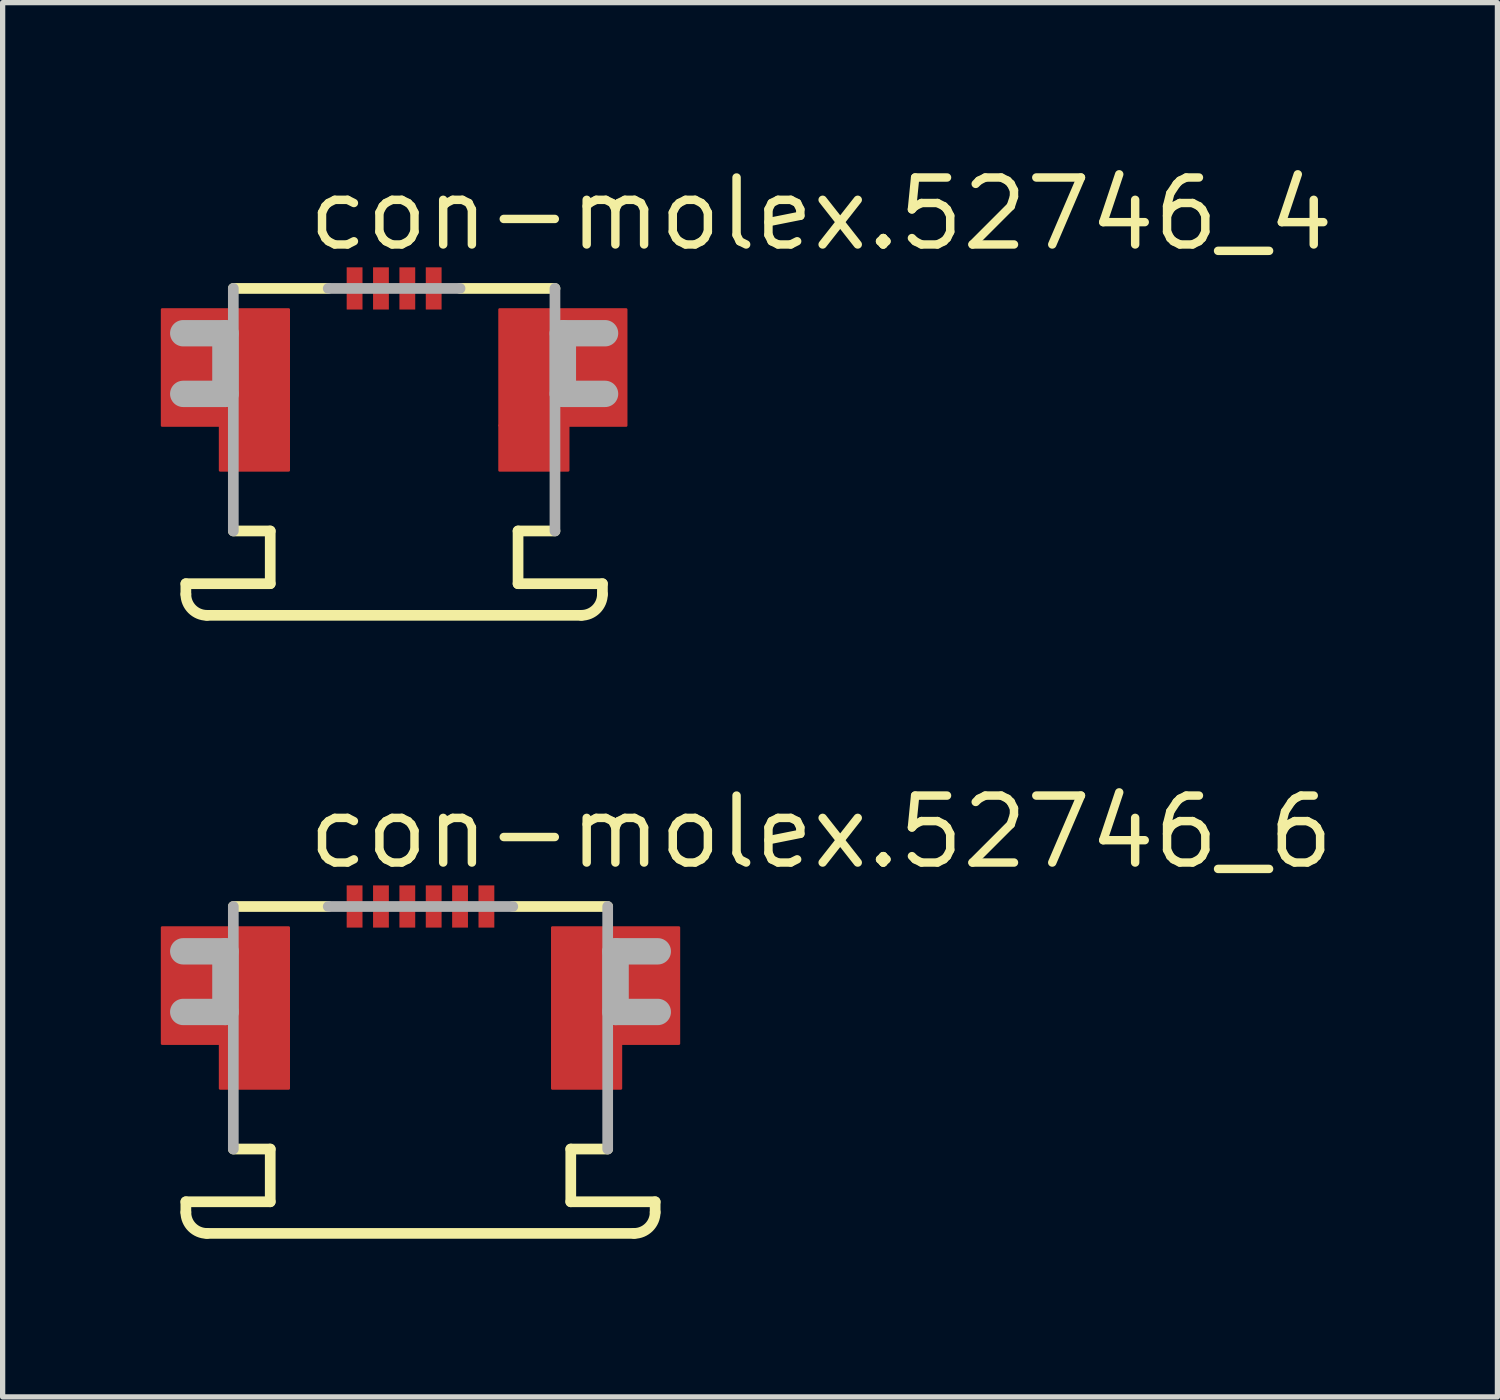
<source format=kicad_pcb>
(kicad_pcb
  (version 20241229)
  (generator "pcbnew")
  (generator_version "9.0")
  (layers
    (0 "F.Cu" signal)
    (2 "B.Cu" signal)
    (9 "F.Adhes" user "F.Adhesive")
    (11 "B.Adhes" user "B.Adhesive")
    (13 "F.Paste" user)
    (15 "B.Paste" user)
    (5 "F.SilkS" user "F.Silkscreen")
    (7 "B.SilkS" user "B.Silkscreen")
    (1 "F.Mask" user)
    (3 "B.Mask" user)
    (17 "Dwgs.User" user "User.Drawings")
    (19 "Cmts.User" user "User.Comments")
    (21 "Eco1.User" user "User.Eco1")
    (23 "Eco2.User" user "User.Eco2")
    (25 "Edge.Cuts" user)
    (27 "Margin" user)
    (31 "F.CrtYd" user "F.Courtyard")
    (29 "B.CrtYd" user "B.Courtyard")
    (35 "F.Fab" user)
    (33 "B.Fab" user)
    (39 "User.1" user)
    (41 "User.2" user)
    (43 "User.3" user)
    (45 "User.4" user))
  (footprint "con-molex.52746_6"
    (layer "F.Cu")
    (at 4.925 14.742)
    (property "Reference" "con-molex.52746_6" (at -2.215 -1.27 0) (layer "F.SilkS") (effects (font (size 1.27 1.27) (thickness 0.16)) (justify left bottom)))
    (attr smd)
    (fp_rect (start -4.9 2) (end -2.5 -0.2) (stroke (width 0.05) (type default)) (fill yes) (layer "F.Cu"))
    (fp_rect (start -3.8 2.85) (end -2.5 2) (stroke (width 0.05) (type default)) (fill yes) (layer "F.Cu"))
    (fp_rect (start 2.5 2) (end 4.9 -0.2) (stroke (width 0.05) (type default)) (fill yes) (layer "F.Cu"))
    (fp_rect (start 2.5 2.85) (end 3.8 2) (stroke (width 0.05) (type default)) (fill yes) (layer "F.Cu"))
    (fp_rect (start -4.9 2) (end -2.5 -0.2) (stroke (width 0.05) (type default)) (fill yes) (layer "F.Mask"))
    (fp_rect (start -3.8 2.85) (end -2.5 2) (stroke (width 0.05) (type default)) (fill yes) (layer "F.Mask"))
    (fp_rect (start -1.425 -0.175) (end -1.075 -1.025) (stroke (width 0.05) (type default)) (fill yes) (layer "F.Mask"))
    (fp_rect (start -0.925 -0.175) (end -0.575 -1.025) (stroke (width 0.05) (type default)) (fill yes) (layer "F.Mask"))
    (fp_rect (start -0.425 -0.175) (end -0.075 -1.025) (stroke (width 0.05) (type default)) (fill yes) (layer "F.Mask"))
    (fp_rect (start 0.075 -0.175) (end 0.425 -1.025) (stroke (width 0.05) (type default)) (fill yes) (layer "F.Mask"))
    (fp_rect (start 0.575 -0.175) (end 0.925 -1.025) (stroke (width 0.05) (type default)) (fill yes) (layer "F.Mask"))
    (fp_rect (start 1.075 -0.175) (end 1.425 -1.025) (stroke (width 0.05) (type default)) (fill yes) (layer "F.Mask"))
    (fp_rect (start 2.5 2) (end 4.9 -0.2) (stroke (width 0.05) (type default)) (fill yes) (layer "F.Mask"))
    (fp_rect (start 2.5 2.85) (end 3.8 2) (stroke (width 0.05) (type default)) (fill yes) (layer "F.Mask"))
    (fp_line (start -4.45 5) (end -2.85 5) (stroke (width 0.203) (type default)) (layer "F.SilkS"))
    (fp_line (start -4.45 5.2) (end -4.45 5) (stroke (width 0.203) (type default)) (layer "F.SilkS"))
    (fp_line (start -3.55 -0.6) (end -1.75 -0.6) (stroke (width 0.203) (type default)) (layer "F.SilkS"))
    (fp_line (start -2.85 4) (end -3.55 4) (stroke (width 0.203) (type default)) (layer "F.SilkS"))
    (fp_line (start -2.85 5) (end -2.85 4) (stroke (width 0.203) (type default)) (layer "F.SilkS"))
    (fp_line (start 1.75 -0.6) (end 3.55 -0.6) (stroke (width 0.203) (type default)) (layer "F.SilkS"))
    (fp_line (start 2.85 4) (end 2.85 5) (stroke (width 0.203) (type default)) (layer "F.SilkS"))
    (fp_line (start 2.85 5) (end 4.45 5) (stroke (width 0.203) (type default)) (layer "F.SilkS"))
    (fp_line (start 3.55 4) (end 2.85 4) (stroke (width 0.203) (type default)) (layer "F.SilkS"))
    (fp_line (start 4.05 5.6) (end -4.05 5.6) (stroke (width 0.203) (type default)) (layer "F.SilkS"))
    (fp_line (start 4.45 5) (end 4.45 5.2) (stroke (width 0.203) (type default)) (layer "F.SilkS"))
    (fp_arc (start -4.05 5.6) (mid -4.332843 5.482843) (end -4.45 5.2) (stroke (width 0.2032) (type default)) (layer "F.SilkS"))
    (fp_arc (start 4.45 5.2) (mid 4.332843 5.482843) (end 4.05 5.6) (stroke (width 0.2032) (type default)) (layer "F.SilkS"))
    (fp_rect (start -4.775 1.9) (end -2.6 -0.075) (stroke (width 0.05) (type default)) (fill yes) (layer "F.Paste"))
    (fp_rect (start -3.7 2.75) (end -2.6 1.9) (stroke (width 0.05) (type default)) (fill yes) (layer "F.Paste"))
    (fp_rect (start 2.6 1.9) (end 4.775 -0.075) (stroke (width 0.05) (type default)) (fill yes) (layer "F.Paste"))
    (fp_rect (start 2.6 2.75) (end 3.7 1.9) (stroke (width 0.05) (type default)) (fill yes) (layer "F.Paste"))
    (fp_line (start -4.5 0.25) (end -3.7 0.25) (stroke (width 0.5) (type default)) (layer "F.Fab"))
    (fp_line (start -3.7 0.25) (end -3.7 1.4) (stroke (width 0.5) (type default)) (layer "F.Fab"))
    (fp_line (start -3.7 1.4) (end -4.5 1.4) (stroke (width 0.5) (type default)) (layer "F.Fab"))
    (fp_line (start -3.55 4) (end -3.55 -0.6) (stroke (width 0.203) (type default)) (layer "F.Fab"))
    (fp_line (start -1.75 -0.6) (end 1.75 -0.6) (stroke (width 0.203) (type default)) (layer "F.Fab"))
    (fp_line (start 3.55 -0.6) (end 3.55 4) (stroke (width 0.203) (type default)) (layer "F.Fab"))
    (fp_line (start 3.7 0.25) (end 4.5 0.25) (stroke (width 0.5) (type default)) (layer "F.Fab"))
    (fp_line (start 3.7 1.4) (end 3.7 0.25) (stroke (width 0.5) (type default)) (layer "F.Fab"))
    (fp_line (start 4.5 1.4) (end 3.7 1.4) (stroke (width 0.5) (type default)) (layer "F.Fab"))
    (pad "1" smd roundrect (at -1.25 -0.6) (size 0.3 0.8) (layers "F.Cu" "F.Mask" "F.Paste") (roundrect_rratio 0.01))
    (pad "2" smd roundrect (at -0.75 -0.6) (size 0.3 0.8) (layers "F.Cu" "F.Mask" "F.Paste") (roundrect_rratio 0.01))
    (pad "3" smd roundrect (at -0.25 -0.6) (size 0.3 0.8) (layers "F.Cu" "F.Mask" "F.Paste") (roundrect_rratio 0.01))
    (pad "4" smd roundrect (at 0.25 -0.6) (size 0.3 0.8) (layers "F.Cu" "F.Mask" "F.Paste") (roundrect_rratio 0.01))
    (pad "5" smd roundrect (at 0.75 -0.6) (size 0.3 0.8) (layers "F.Cu" "F.Mask" "F.Paste") (roundrect_rratio 0.01))
    (pad "6" smd roundrect (at 1.25 -0.6) (size 0.3 0.8) (layers "F.Cu" "F.Mask" "F.Paste") (roundrect_rratio 0.01)))
  (footprint "con-molex.52746_4"
    (layer "F.Cu")
    (at 4.425 3.02)
    (property "Reference" "con-molex.52746_4" (at -1.715 -1.27 0) (layer "F.SilkS") (effects (font (size 1.27 1.27) (thickness 0.16)) (justify left bottom)))
    (attr smd)
    (fp_rect (start -4.4 2) (end -2 -0.2) (stroke (width 0.05) (type default)) (fill yes) (layer "F.Cu"))
    (fp_rect (start -3.3 2.85) (end -2 2) (stroke (width 0.05) (type default)) (fill yes) (layer "F.Cu"))
    (fp_rect (start 2 2) (end 4.4 -0.2) (stroke (width 0.05) (type default)) (fill yes) (layer "F.Cu"))
    (fp_rect (start 2 2.85) (end 3.3 2) (stroke (width 0.05) (type default)) (fill yes) (layer "F.Cu"))
    (fp_rect (start -4.4 2) (end -2 -0.2) (stroke (width 0.05) (type default)) (fill yes) (layer "F.Mask"))
    (fp_rect (start -3.3 2.85) (end -2 2) (stroke (width 0.05) (type default)) (fill yes) (layer "F.Mask"))
    (fp_rect (start -0.925 -0.175) (end -0.575 -1.025) (stroke (width 0.05) (type default)) (fill yes) (layer "F.Mask"))
    (fp_rect (start -0.425 -0.175) (end -0.075 -1.025) (stroke (width 0.05) (type default)) (fill yes) (layer "F.Mask"))
    (fp_rect (start 0.075 -0.175) (end 0.425 -1.025) (stroke (width 0.05) (type default)) (fill yes) (layer "F.Mask"))
    (fp_rect (start 0.575 -0.175) (end 0.925 -1.025) (stroke (width 0.05) (type default)) (fill yes) (layer "F.Mask"))
    (fp_rect (start 2 2) (end 4.4 -0.2) (stroke (width 0.05) (type default)) (fill yes) (layer "F.Mask"))
    (fp_rect (start 2 2.85) (end 3.3 2) (stroke (width 0.05) (type default)) (fill yes) (layer "F.Mask"))
    (fp_line (start -3.95 5) (end -2.35 5) (stroke (width 0.203) (type default)) (layer "F.SilkS"))
    (fp_line (start -3.95 5.2) (end -3.95 5) (stroke (width 0.203) (type default)) (layer "F.SilkS"))
    (fp_line (start -3.05 -0.6) (end -1.25 -0.6) (stroke (width 0.203) (type default)) (layer "F.SilkS"))
    (fp_line (start -2.35 4) (end -3.05 4) (stroke (width 0.203) (type default)) (layer "F.SilkS"))
    (fp_line (start -2.35 5) (end -2.35 4) (stroke (width 0.203) (type default)) (layer "F.SilkS"))
    (fp_line (start 1.25 -0.6) (end 3.05 -0.6) (stroke (width 0.203) (type default)) (layer "F.SilkS"))
    (fp_line (start 2.35 4) (end 2.35 5) (stroke (width 0.203) (type default)) (layer "F.SilkS"))
    (fp_line (start 2.35 5) (end 3.95 5) (stroke (width 0.203) (type default)) (layer "F.SilkS"))
    (fp_line (start 3.05 4) (end 2.35 4) (stroke (width 0.203) (type default)) (layer "F.SilkS"))
    (fp_line (start 3.55 5.6) (end -3.55 5.6) (stroke (width 0.203) (type default)) (layer "F.SilkS"))
    (fp_line (start 3.95 5) (end 3.95 5.2) (stroke (width 0.203) (type default)) (layer "F.SilkS"))
    (fp_arc (start -3.55 5.6) (mid -3.832843 5.482843) (end -3.95 5.2) (stroke (width 0.2032) (type default)) (layer "F.SilkS"))
    (fp_arc (start 3.95 5.2) (mid 3.832843 5.482843) (end 3.55 5.6) (stroke (width 0.2032) (type default)) (layer "F.SilkS"))
    (fp_rect (start -4.275 1.9) (end -2.1 -0.075) (stroke (width 0.05) (type default)) (fill yes) (layer "F.Paste"))
    (fp_rect (start -3.2 2.75) (end -2.1 1.9) (stroke (width 0.05) (type default)) (fill yes) (layer "F.Paste"))
    (fp_rect (start 2.1 1.9) (end 4.275 -0.075) (stroke (width 0.05) (type default)) (fill yes) (layer "F.Paste"))
    (fp_rect (start 2.1 2.75) (end 3.2 1.9) (stroke (width 0.05) (type default)) (fill yes) (layer "F.Paste"))
    (fp_line (start -4 0.25) (end -3.2 0.25) (stroke (width 0.5) (type default)) (layer "F.Fab"))
    (fp_line (start -3.2 0.25) (end -3.2 1.4) (stroke (width 0.5) (type default)) (layer "F.Fab"))
    (fp_line (start -3.2 1.4) (end -4 1.4) (stroke (width 0.5) (type default)) (layer "F.Fab"))
    (fp_line (start -3.05 4) (end -3.05 -0.6) (stroke (width 0.203) (type default)) (layer "F.Fab"))
    (fp_line (start -1.25 -0.6) (end 1.25 -0.6) (stroke (width 0.203) (type default)) (layer "F.Fab"))
    (fp_line (start 3.05 -0.6) (end 3.05 4) (stroke (width 0.203) (type default)) (layer "F.Fab"))
    (fp_line (start 3.2 0.25) (end 4 0.25) (stroke (width 0.5) (type default)) (layer "F.Fab"))
    (fp_line (start 3.2 1.4) (end 3.2 0.25) (stroke (width 0.5) (type default)) (layer "F.Fab"))
    (fp_line (start 4 1.4) (end 3.2 1.4) (stroke (width 0.5) (type default)) (layer "F.Fab"))
    (pad "1" smd roundrect (at -0.75 -0.6) (size 0.3 0.8) (layers "F.Cu" "F.Mask" "F.Paste") (roundrect_rratio 0.01))
    (pad "2" smd roundrect (at -0.25 -0.6) (size 0.3 0.8) (layers "F.Cu" "F.Mask" "F.Paste") (roundrect_rratio 0.01))
    (pad "3" smd roundrect (at 0.25 -0.6) (size 0.3 0.8) (layers "F.Cu" "F.Mask" "F.Paste") (roundrect_rratio 0.01))
    (pad "4" smd roundrect (at 0.75 -0.6) (size 0.3 0.8) (layers "F.Cu" "F.Mask" "F.Paste") (roundrect_rratio 0.01)))
  (gr_rect
    (start -3 -3)
    (end 25.349 23.443)
    (stroke (width 0.1) (type default))
    (fill no)
    (layer "Edge.Cuts")))
</source>
